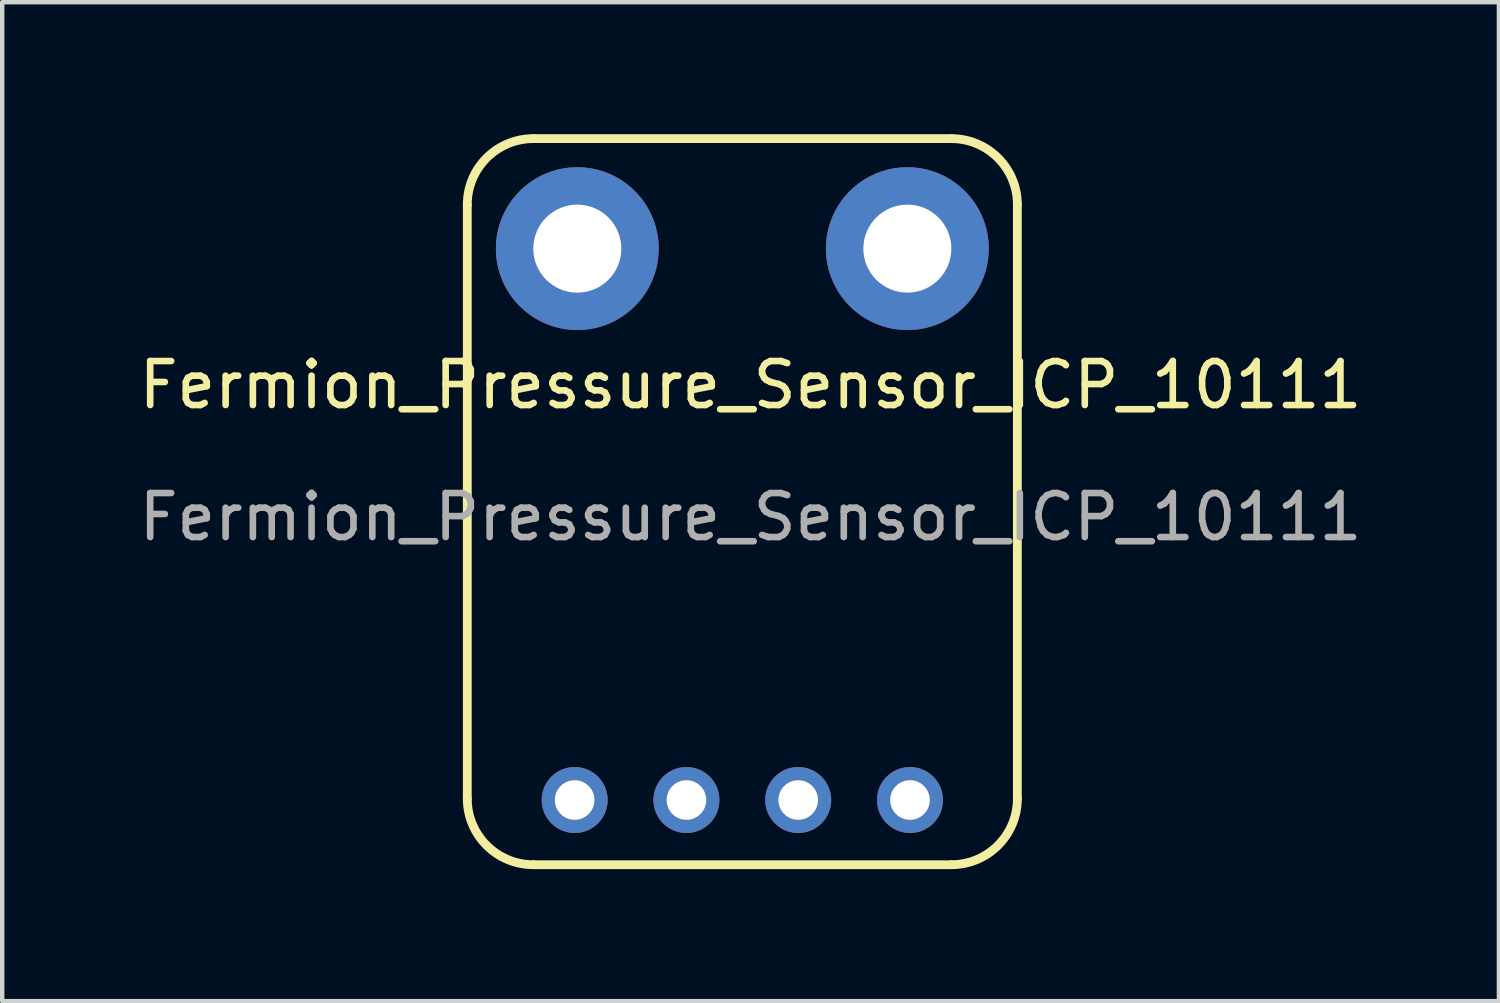
<source format=kicad_pcb>
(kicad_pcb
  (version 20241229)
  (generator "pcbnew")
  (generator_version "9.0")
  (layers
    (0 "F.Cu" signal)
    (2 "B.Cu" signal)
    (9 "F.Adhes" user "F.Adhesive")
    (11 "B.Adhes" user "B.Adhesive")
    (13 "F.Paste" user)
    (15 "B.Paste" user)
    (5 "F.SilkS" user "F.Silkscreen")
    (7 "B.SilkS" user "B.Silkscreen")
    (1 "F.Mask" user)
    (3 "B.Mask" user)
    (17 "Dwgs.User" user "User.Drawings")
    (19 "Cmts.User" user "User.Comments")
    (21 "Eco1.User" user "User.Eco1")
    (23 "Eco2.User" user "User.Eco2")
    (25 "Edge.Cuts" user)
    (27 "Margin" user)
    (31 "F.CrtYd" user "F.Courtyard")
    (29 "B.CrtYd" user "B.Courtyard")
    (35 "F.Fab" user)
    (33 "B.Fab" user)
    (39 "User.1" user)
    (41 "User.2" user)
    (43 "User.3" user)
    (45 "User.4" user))
  (footprint "Fermion_Pressure_Sensor_ICP_10111"
    (layer "F.Cu")
    (at 10.069 2.6)
    (property "Reference" "Fermion_Pressure_Sensor_ICP_10111" (at 3.937 3.099 0) (unlocked yes) (layer "F.SilkS") (effects (font (size 1 1) (thickness 0.15))))
    (fp_line (start -2.5 -1) (end -2.5 12.5) (stroke (width 0.2) (type solid)) (layer "F.SilkS"))
    (fp_line (start -1 -2.5) (end 8.5 -2.5) (stroke (width 0.2) (type solid)) (layer "F.SilkS"))
    (fp_line (start 8.5 14) (end -1 14) (stroke (width 0.2) (type solid)) (layer "F.SilkS"))
    (fp_line (start 10 12.5) (end 10 -1) (stroke (width 0.2) (type solid)) (layer "F.SilkS"))
    (fp_arc (start -2.499998 -1.000002) (mid -2.060659 -2.060661) (end -1 -2.5) (stroke (width 0.2) (type solid)) (layer "F.SilkS"))
    (fp_arc (start -1.000002 13.999998) (mid -2.060661 13.560659) (end -2.5 12.5) (stroke (width 0.2) (type solid)) (layer "F.SilkS"))
    (fp_arc (start 8.5 -2.5) (mid 9.560659 -2.060661) (end 9.999998 -1.000002) (stroke (width 0.2) (type solid)) (layer "F.SilkS"))
    (fp_arc (start 9.999996 12.5) (mid 9.560657 13.560659) (end 8.499998 13.999998) (stroke (width 0.2) (type solid)) (layer "F.SilkS"))
    (fp_text user "${REFERENCE}" (at 3.937 6.099 0) (unlocked yes) (layer "F.Fab") (effects (font (size 1 1) (thickness 0.15))))
    (pad "0" thru_hole circle (at 0 0) (size 3.7 3.7) (drill 2) (layers "*.Cu" "*.Mask"))
    (pad "0" thru_hole circle (at 7.5 0) (size 3.7 3.7) (drill 2) (layers "*.Cu" "*.Mask"))
    (pad "1" thru_hole circle (at -0.06 12.53) (size 1.5 1.5) (drill 0.9) (layers "*.Cu" "*.Mask"))
    (pad "2" thru_hole circle (at 2.48 12.53) (size 1.5 1.5) (drill 0.9) (layers "*.Cu" "*.Mask"))
    (pad "3" thru_hole circle (at 5.02 12.53) (size 1.5 1.5) (drill 0.9) (layers "*.Cu" "*.Mask"))
    (pad "4" thru_hole circle (at 7.56 12.53) (size 1.5 1.5) (drill 0.9) (layers "*.Cu" "*.Mask")))
  (gr_rect
    (start -3 -3)
    (end 31.012 19.7)
    (stroke (width 0.1) (type default))
    (fill no)
    (layer "Edge.Cuts")))
</source>
